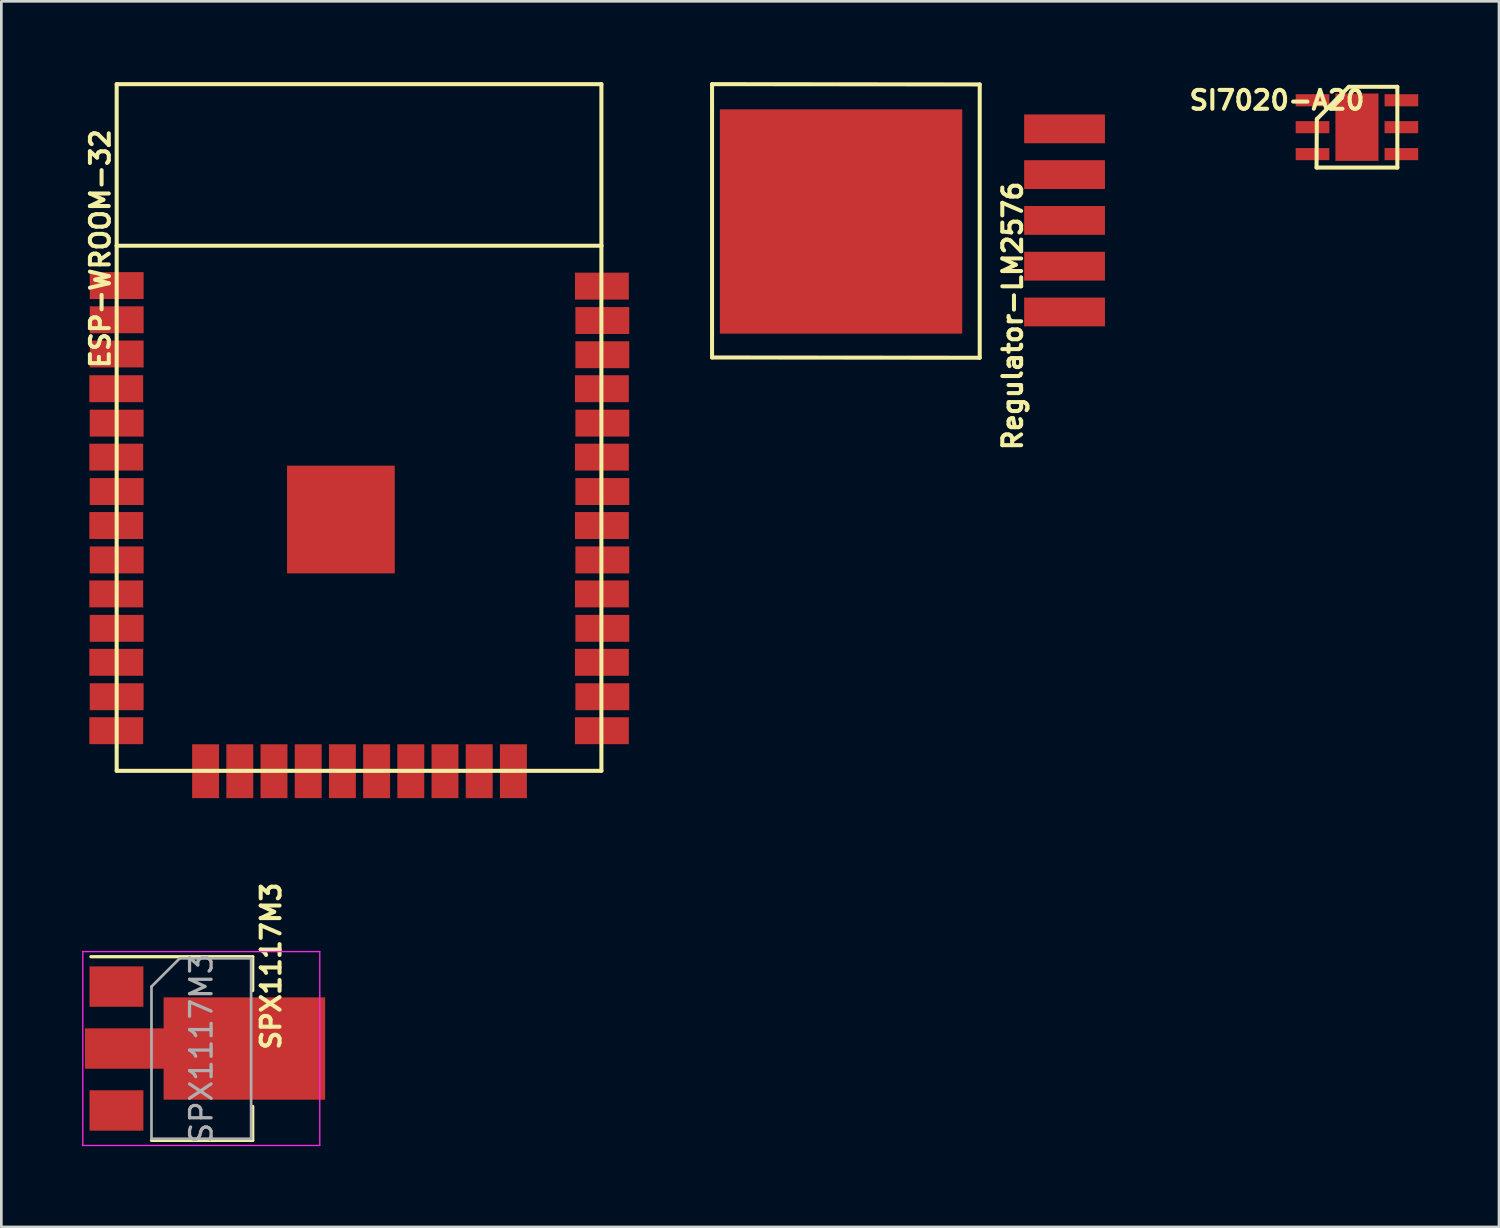
<source format=kicad_pcb>
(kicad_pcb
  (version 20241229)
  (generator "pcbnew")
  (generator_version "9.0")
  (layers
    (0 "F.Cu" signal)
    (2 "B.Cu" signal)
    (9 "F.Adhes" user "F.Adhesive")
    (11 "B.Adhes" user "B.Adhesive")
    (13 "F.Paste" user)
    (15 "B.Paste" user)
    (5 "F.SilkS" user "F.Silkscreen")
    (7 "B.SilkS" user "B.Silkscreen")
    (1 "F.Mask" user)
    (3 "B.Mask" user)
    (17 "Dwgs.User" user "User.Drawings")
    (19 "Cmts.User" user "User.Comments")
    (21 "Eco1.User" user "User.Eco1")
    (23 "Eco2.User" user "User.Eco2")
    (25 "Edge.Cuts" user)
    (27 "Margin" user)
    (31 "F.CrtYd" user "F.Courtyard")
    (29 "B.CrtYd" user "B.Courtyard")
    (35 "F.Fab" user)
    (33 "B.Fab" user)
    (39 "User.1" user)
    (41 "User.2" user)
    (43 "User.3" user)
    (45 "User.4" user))
  (footprint "Regulator-LM2576"
    (layer "F.Cu")
    (at 29.832 5.635)
    (property "Reference" "Regulator-LM2576" (at 4.722 3.046 90) (layer "F.SilkS") (effects (font (size 0.7 0.7) (thickness 0.15))))
    (attr through_hole)
    (fp_line (start -6.44 -5.56) (end -6.44 4.59) (stroke (width 0.15) (type solid)) (layer "F.SilkS"))
    (fp_line (start -6.44 4.59) (end 3.5 4.6) (stroke (width 0.15) (type solid)) (layer "F.SilkS"))
    (fp_line (start 3.5 -5.55) (end -6.44 -5.56) (stroke (width 0.15) (type solid)) (layer "F.SilkS"))
    (fp_line (start 3.5 4.6) (end 3.5 -5.55) (stroke (width 0.15) (type solid)) (layer "F.SilkS"))
    (pad "1" smd rect (at 6.65 2.9) (size 3 1.07) (layers "F.Cu" "F.Mask" "F.Paste"))
    (pad "2" smd rect (at 6.65 1.2) (size 3 1.07) (layers "F.Cu" "F.Mask" "F.Paste"))
    (pad "3" smd rect (at -1.65 -0.46) (size 9 8.33) (layers "F.Cu" "F.Mask" "F.Paste"))
    (pad "3" smd rect (at 6.65 -0.5) (size 3 1.07) (layers "F.Cu" "F.Mask" "F.Paste"))
    (pad "4" smd rect (at 6.65 -2.2) (size 3 1.07) (layers "F.Cu" "F.Mask" "F.Paste"))
    (pad "5" smd rect (at 6.65 -3.9) (size 3 1.07) (layers "F.Cu" "F.Mask" "F.Paste")))
  (footprint "SPX1117M3"
    (layer "F.Cu")
    (at 4.425 35.887)
    (property "Reference" "SPX1117M3" (at 2.59 -3.06 90) (layer "F.SilkS") (effects (font (size 0.7 0.7) (thickness 0.15))))
    (attr smd)
    (fp_line (start -4.1 -3.41) (end 1.91 -3.41) (stroke (width 0.12) (type solid)) (layer "F.SilkS"))
    (fp_line (start -1.85 3.41) (end 1.91 3.41) (stroke (width 0.12) (type solid)) (layer "F.SilkS"))
    (fp_line (start 1.91 -3.41) (end 1.91 -2.15) (stroke (width 0.12) (type solid)) (layer "F.SilkS"))
    (fp_line (start 1.91 3.41) (end 1.91 2.15) (stroke (width 0.12) (type solid)) (layer "F.SilkS"))
    (fp_line (start -4.4 -3.6) (end -4.4 3.6) (stroke (width 0.05) (type solid)) (layer "F.CrtYd"))
    (fp_line (start -4.4 3.6) (end 4.4 3.6) (stroke (width 0.05) (type solid)) (layer "F.CrtYd"))
    (fp_line (start 4.4 -3.6) (end -4.4 -3.6) (stroke (width 0.05) (type solid)) (layer "F.CrtYd"))
    (fp_line (start 4.4 3.6) (end 4.4 -3.6) (stroke (width 0.05) (type solid)) (layer "F.CrtYd"))
    (fp_line (start -1.85 -2.3) (end -1.85 3.35) (stroke (width 0.1) (type solid)) (layer "F.Fab"))
    (fp_line (start -1.85 -2.3) (end -0.8 -3.35) (stroke (width 0.1) (type solid)) (layer "F.Fab"))
    (fp_line (start -1.85 3.35) (end 1.85 3.35) (stroke (width 0.1) (type solid)) (layer "F.Fab"))
    (fp_line (start -0.8 -3.35) (end 1.85 -3.35) (stroke (width 0.1) (type solid)) (layer "F.Fab"))
    (fp_line (start 1.85 -3.35) (end 1.85 3.35) (stroke (width 0.1) (type solid)) (layer "F.Fab"))
    (fp_text user "${REFERENCE}" (at 0 0 90) (layer "F.Fab") (effects (font (size 0.8 0.8) (thickness 0.12))))
    (pad "1" smd rect (at -3.15 -2.3) (size 2 1.5) (layers "F.Cu" "F.Mask" "F.Paste"))
    (pad "2" smd rect (at -2.82 0) (size 3 1.5) (layers "F.Cu" "F.Mask" "F.Paste"))
    (pad "2" smd rect (at 1.6 0) (size 6 3.8) (layers "F.Cu" "F.Mask" "F.Paste"))
    (pad "3" smd rect (at -3.15 2.3) (size 2 1.5) (layers "F.Cu" "F.Mask" "F.Paste")))
  (footprint "SI7020-A20"
    (layer "F.Cu")
    (at 47.37 1.673)
    (property "Reference" "SI7020-A20" (at -3 -1 0) (layer "F.SilkS") (effects (font (size 0.7 0.7) (thickness 0.15))))
    (attr through_hole)
    (fp_line (start -1.53 1.5) (end 1.47 1.5) (stroke (width 0.15) (type solid)) (layer "F.SilkS"))
    (fp_line (start -1.52 -0.3) (end -1.53 1.5) (stroke (width 0.15) (type solid)) (layer "F.SilkS"))
    (fp_line (start -1.52 -0.3) (end -0.33 -1.5) (stroke (width 0.15) (type solid)) (layer "F.SilkS"))
    (fp_line (start 1.47 -1.5) (end -0.33 -1.5) (stroke (width 0.15) (type solid)) (layer "F.SilkS"))
    (fp_line (start 1.47 1.5) (end 1.47 -1.5) (stroke (width 0.15) (type solid)) (layer "F.SilkS"))
    (pad "1" smd rect (at -1.68 -1) (size 1.25 0.45) (layers "F.Cu" "F.Mask" "F.Paste"))
    (pad "2" smd rect (at -1.68 0) (size 1.25 0.45) (layers "F.Cu" "F.Mask" "F.Paste"))
    (pad "2" smd rect (at -0.03 0) (size 1.6 2.5) (layers "F.Cu" "F.Mask" "F.Paste"))
    (pad "3" smd rect (at -1.68 1) (size 1.25 0.45) (layers "F.Cu" "F.Mask" "F.Paste"))
    (pad "4" smd rect (at 1.62 1) (size 1.25 0.45) (layers "F.Cu" "F.Mask" "F.Paste"))
    (pad "5" smd rect (at 1.62 0) (size 1.25 0.45) (layers "F.Cu" "F.Mask" "F.Paste"))
    (pad "6" smd rect (at 1.62 -1) (size 1.25 0.45) (layers "F.Cu" "F.Mask" "F.Paste")))
  (footprint "ESP-WROOM-32"
    (layer "F.Cu")
    (at 1.283 8.825)
    (property "Reference" "ESP-WROOM-32" (at -0.61 -2.64 270) (layer "F.SilkS") (effects (font (size 0.7 0.7) (thickness 0.15))))
    (attr through_hole)
    (fp_line (start 0 -8.75) (end 0 -2.75) (stroke (width 0.15) (type solid)) (layer "F.SilkS"))
    (fp_line (start 0 -2.75) (end 18 -2.75) (stroke (width 0.15) (type solid)) (layer "F.SilkS"))
    (fp_line (start 0 16.75) (end 0 -2.75) (stroke (width 0.15) (type solid)) (layer "F.SilkS"))
    (fp_line (start 18 -8.75) (end 0 -8.75) (stroke (width 0.15) (type solid)) (layer "F.SilkS"))
    (fp_line (start 18 -2.75) (end 18 -8.75) (stroke (width 0.15) (type solid)) (layer "F.SilkS"))
    (fp_line (start 18 -2.75) (end 18 16.75) (stroke (width 0.15) (type solid)) (layer "F.SilkS"))
    (fp_line (start 18 16.75) (end 0 16.75) (stroke (width 0.15) (type solid)) (layer "F.SilkS"))
    (pad "1" smd rect (at 0 -1.27) (size 2 1) (layers "F.Cu" "F.Mask" "F.Paste"))
    (pad "1" smd rect (at 3.302 16.764) (size 1 2) (layers "F.Cu" "F.Mask" "F.Paste"))
    (pad "1" smd rect (at 8.326 7.417) (size 4 4) (layers "F.Cu" "F.Mask" "F.Paste"))
    (pad "1" smd rect (at 18.018 -1.25) (size 2 1) (layers "F.Cu" "F.Mask" "F.Paste"))
    (pad "2" smd rect (at 0 0) (size 2 1) (layers "F.Cu" "F.Mask" "F.Paste"))
    (pad "3" smd rect (at 0 1.27) (size 2 1) (layers "F.Cu" "F.Mask" "F.Paste"))
    (pad "4" smd rect (at -0.016 2.56) (size 2 1) (layers "F.Cu" "F.Mask" "F.Paste"))
    (pad "5" smd rect (at 0 3.838) (size 2 1) (layers "F.Cu" "F.Mask" "F.Paste"))
    (pad "6" smd rect (at -0.016 5.1) (size 2 1) (layers "F.Cu" "F.Mask" "F.Paste"))
    (pad "7" smd rect (at 0 6.378) (size 2 1) (layers "F.Cu" "F.Mask" "F.Paste"))
    (pad "8" smd rect (at -0.016 7.64) (size 2 1) (layers "F.Cu" "F.Mask" "F.Paste"))
    (pad "9" smd rect (at 0 8.918) (size 2 1) (layers "F.Cu" "F.Mask" "F.Paste"))
    (pad "10" smd rect (at -0.016 10.18) (size 2 1) (layers "F.Cu" "F.Mask" "F.Paste"))
    (pad "11" smd rect (at 0 11.458) (size 2 1) (layers "F.Cu" "F.Mask" "F.Paste"))
    (pad "12" smd rect (at -0.016 12.72) (size 2 1) (layers "F.Cu" "F.Mask" "F.Paste"))
    (pad "13" smd rect (at 0 13.998) (size 2 1) (layers "F.Cu" "F.Mask" "F.Paste"))
    (pad "14" smd rect (at -0.016 15.26) (size 2 1) (layers "F.Cu" "F.Mask" "F.Paste"))
    (pad "16" smd rect (at 4.572 16.764) (size 1 2) (layers "F.Cu" "F.Mask" "F.Paste"))
    (pad "17" smd rect (at 5.842 16.764) (size 1 2) (layers "F.Cu" "F.Mask" "F.Paste"))
    (pad "18" smd rect (at 7.112 16.764) (size 1 2) (layers "F.Cu" "F.Mask" "F.Paste"))
    (pad "19" smd rect (at 8.382 16.764) (size 1 2) (layers "F.Cu" "F.Mask" "F.Paste"))
    (pad "20" smd rect (at 9.652 16.764) (size 1 2) (layers "F.Cu" "F.Mask" "F.Paste"))
    (pad "21" smd rect (at 10.922 16.764) (size 1 2) (layers "F.Cu" "F.Mask" "F.Paste"))
    (pad "22" smd rect (at 12.192 16.764) (size 1 2) (layers "F.Cu" "F.Mask" "F.Paste"))
    (pad "23" smd rect (at 13.462 16.764) (size 1 2) (layers "F.Cu" "F.Mask" "F.Paste"))
    (pad "24" smd rect (at 14.732 16.764) (size 1 2) (layers "F.Cu" "F.Mask" "F.Paste"))
    (pad "25" smd rect (at 18.018 15.26) (size 2 1) (layers "F.Cu" "F.Mask" "F.Paste"))
    (pad "26" smd rect (at 18.034 13.998) (size 2 1) (layers "F.Cu" "F.Mask" "F.Paste"))
    (pad "27" smd rect (at 18.018 12.72) (size 2 1) (layers "F.Cu" "F.Mask" "F.Paste"))
    (pad "28" smd rect (at 18.034 11.458) (size 2 1) (layers "F.Cu" "F.Mask" "F.Paste"))
    (pad "29" smd rect (at 18.018 10.18) (size 2 1) (layers "F.Cu" "F.Mask" "F.Paste"))
    (pad "30" smd rect (at 18.034 8.918) (size 2 1) (layers "F.Cu" "F.Mask" "F.Paste"))
    (pad "31" smd rect (at 18.018 7.64) (size 2 1) (layers "F.Cu" "F.Mask" "F.Paste"))
    (pad "32" smd rect (at 18.034 6.378) (size 2 1) (layers "F.Cu" "F.Mask" "F.Paste"))
    (pad "33" smd rect (at 18.018 5.1) (size 2 1) (layers "F.Cu" "F.Mask" "F.Paste"))
    (pad "34" smd rect (at 18.034 3.838) (size 2 1) (layers "F.Cu" "F.Mask" "F.Paste"))
    (pad "35" smd rect (at 18.018 2.56) (size 2 1) (layers "F.Cu" "F.Mask" "F.Paste"))
    (pad "36" smd rect (at 18.034 1.298) (size 2 1) (layers "F.Cu" "F.Mask" "F.Paste"))
    (pad "37" smd rect (at 18.034 0.028) (size 2 1) (layers "F.Cu" "F.Mask" "F.Paste")))
  (gr_rect
    (start -3 -3)
    (end 52.615 42.512)
    (stroke (width 0.1) (type default))
    (fill no)
    (layer "Edge.Cuts")))
</source>
